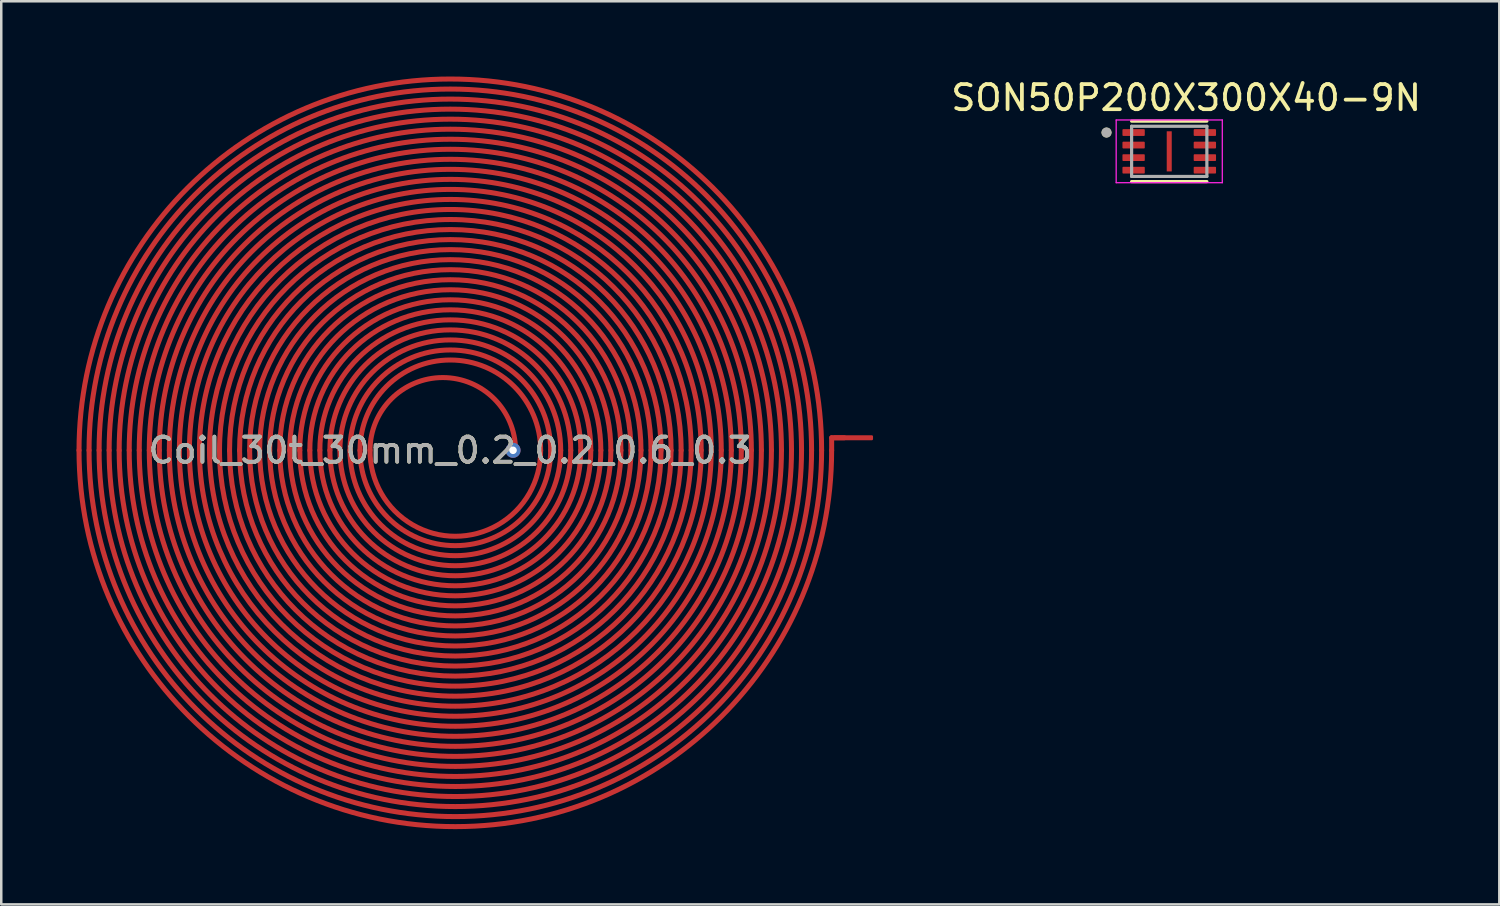
<source format=kicad_pcb>
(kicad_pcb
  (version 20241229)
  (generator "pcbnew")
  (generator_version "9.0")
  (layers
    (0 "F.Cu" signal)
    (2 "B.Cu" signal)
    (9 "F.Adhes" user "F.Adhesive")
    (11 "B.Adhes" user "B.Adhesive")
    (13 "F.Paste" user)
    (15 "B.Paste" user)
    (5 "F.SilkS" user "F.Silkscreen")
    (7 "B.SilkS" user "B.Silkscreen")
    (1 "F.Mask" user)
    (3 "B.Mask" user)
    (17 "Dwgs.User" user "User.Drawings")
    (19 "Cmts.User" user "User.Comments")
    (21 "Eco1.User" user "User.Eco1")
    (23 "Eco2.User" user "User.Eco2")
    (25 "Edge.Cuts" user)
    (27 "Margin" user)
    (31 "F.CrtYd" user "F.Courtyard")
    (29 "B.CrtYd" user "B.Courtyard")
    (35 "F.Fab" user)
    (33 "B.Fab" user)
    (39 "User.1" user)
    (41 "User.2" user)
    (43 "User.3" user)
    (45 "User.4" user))
  (footprint "Coil_30t_30mm_0.2_0.2_0.6_0.3"
    (layer "F.Cu")
    (at 14.9 14.9)
    (property "Reference" "Coil_30t_30mm_0.2_0.2_0.6_0.3" (at 0 0 0) (unlocked yes) (layer "F.SilkS") (effects (font (size 1 1) (thickness 0.15))))
    (attr smd)
    (fp_line (start 15.2 -0.5) (end 15.7 -0.5) (stroke (width 0.2) (type solid)) (layer "F.Cu"))
    (fp_line (start 15.2 0) (end 15.2 -0.5) (stroke (width 0.2) (type solid)) (layer "F.Cu"))
    (fp_arc (start -14.8 0) (mid 0 -14.8) (end 14.8 0) (stroke (width 0.2) (type solid)) (layer "F.Cu"))
    (fp_arc (start -14.4 0) (mid 0 -14.4) (end 14.4 0) (stroke (width 0.2) (type solid)) (layer "F.Cu"))
    (fp_arc (start -14 0) (mid 0 -14) (end 14 0) (stroke (width 0.2) (type solid)) (layer "F.Cu"))
    (fp_arc (start -13.6 0) (mid 0 -13.6) (end 13.6 0) (stroke (width 0.2) (type solid)) (layer "F.Cu"))
    (fp_arc (start -13.2 0) (mid 0 -13.2) (end 13.2 0) (stroke (width 0.2) (type solid)) (layer "F.Cu"))
    (fp_arc (start -12.8 0) (mid 0 -12.8) (end 12.8 0) (stroke (width 0.2) (type solid)) (layer "F.Cu"))
    (fp_arc (start -12.4 0) (mid 0 -12.4) (end 12.4 0) (stroke (width 0.2) (type solid)) (layer "F.Cu"))
    (fp_arc (start -12 0) (mid 0 -12) (end 12 0) (stroke (width 0.2) (type solid)) (layer "F.Cu"))
    (fp_arc (start -11.6 0) (mid 0 -11.6) (end 11.6 0) (stroke (width 0.2) (type solid)) (layer "F.Cu"))
    (fp_arc (start -11.2 0) (mid 0 -11.2) (end 11.2 0) (stroke (width 0.2) (type solid)) (layer "F.Cu"))
    (fp_arc (start -10.8 0) (mid 0 -10.8) (end 10.8 0) (stroke (width 0.2) (type solid)) (layer "F.Cu"))
    (fp_arc (start -10.4 0) (mid 0 -10.4) (end 10.4 0) (stroke (width 0.2) (type solid)) (layer "F.Cu"))
    (fp_arc (start -10 0) (mid 0 -10) (end 10 0) (stroke (width 0.2) (type solid)) (layer "F.Cu"))
    (fp_arc (start -9.6 0) (mid 0 -9.6) (end 9.6 0) (stroke (width 0.2) (type solid)) (layer "F.Cu"))
    (fp_arc (start -9.2 0) (mid 0 -9.2) (end 9.2 0) (stroke (width 0.2) (type solid)) (layer "F.Cu"))
    (fp_arc (start -8.8 0) (mid 0 -8.8) (end 8.8 0) (stroke (width 0.2) (type solid)) (layer "F.Cu"))
    (fp_arc (start -8.4 0) (mid 0 -8.4) (end 8.4 0) (stroke (width 0.2) (type solid)) (layer "F.Cu"))
    (fp_arc (start -8 0) (mid 0 -8) (end 8 0) (stroke (width 0.2) (type solid)) (layer "F.Cu"))
    (fp_arc (start -7.6 0) (mid 0 -7.6) (end 7.6 0) (stroke (width 0.2) (type solid)) (layer "F.Cu"))
    (fp_arc (start -7.2 0) (mid 0 -7.2) (end 7.2 0) (stroke (width 0.2) (type solid)) (layer "F.Cu"))
    (fp_arc (start -6.8 0) (mid 0 -6.8) (end 6.8 0) (stroke (width 0.2) (type solid)) (layer "F.Cu"))
    (fp_arc (start -6.4 0) (mid 0 -6.4) (end 6.4 0) (stroke (width 0.2) (type solid)) (layer "F.Cu"))
    (fp_arc (start -6 0) (mid 0 -6) (end 6 0) (stroke (width 0.2) (type solid)) (layer "F.Cu"))
    (fp_arc (start -5.6 0) (mid 0 -5.6) (end 5.6 0) (stroke (width 0.2) (type solid)) (layer "F.Cu"))
    (fp_arc (start -5.2 0) (mid 0 -5.2) (end 5.2 0) (stroke (width 0.2) (type solid)) (layer "F.Cu"))
    (fp_arc (start -4.8 0) (mid 0 -4.8) (end 4.8 0) (stroke (width 0.2) (type solid)) (layer "F.Cu"))
    (fp_arc (start -4.4 0) (mid 0 -4.4) (end 4.4 0) (stroke (width 0.2) (type solid)) (layer "F.Cu"))
    (fp_arc (start -4 0) (mid 0 -4) (end 4 0) (stroke (width 0.2) (type solid)) (layer "F.Cu"))
    (fp_arc (start -3.6 0) (mid 0 -3.6) (end 3.6 0) (stroke (width 0.2) (type solid)) (layer "F.Cu"))
    (fp_arc (start -3.2 0) (mid -0.6 -2.9) (end 2.6 0) (stroke (width 0.2) (type solid)) (layer "F.Cu"))
    (fp_arc (start 3.6 0) (mid -0.2 3.4) (end -3.2 0) (stroke (width 0.2) (type solid)) (layer "F.Cu"))
    (fp_arc (start 4 0) (mid 0.2 3.8) (end -3.6 0) (stroke (width 0.2) (type solid)) (layer "F.Cu"))
    (fp_arc (start 4.4 0) (mid 0.2 4.2) (end -4 0) (stroke (width 0.2) (type solid)) (layer "F.Cu"))
    (fp_arc (start 4.8 0) (mid 0.2 4.6) (end -4.4 0) (stroke (width 0.2) (type solid)) (layer "F.Cu"))
    (fp_arc (start 5.2 0) (mid 0.2 5) (end -4.8 0) (stroke (width 0.2) (type solid)) (layer "F.Cu"))
    (fp_arc (start 5.6 0) (mid 0.2 5.4) (end -5.2 0) (stroke (width 0.2) (type solid)) (layer "F.Cu"))
    (fp_arc (start 6 0) (mid 0.2 5.8) (end -5.6 0) (stroke (width 0.2) (type solid)) (layer "F.Cu"))
    (fp_arc (start 6.4 0) (mid 0.2 6.2) (end -6 0) (stroke (width 0.2) (type solid)) (layer "F.Cu"))
    (fp_arc (start 6.8 0) (mid 0.2 6.6) (end -6.4 0) (stroke (width 0.2) (type solid)) (layer "F.Cu"))
    (fp_arc (start 7.2 0) (mid 0.2 7) (end -6.8 0) (stroke (width 0.2) (type solid)) (layer "F.Cu"))
    (fp_arc (start 7.6 0) (mid 0.2 7.4) (end -7.2 0) (stroke (width 0.2) (type solid)) (layer "F.Cu"))
    (fp_arc (start 8 0) (mid 0.2 7.8) (end -7.6 0) (stroke (width 0.2) (type solid)) (layer "F.Cu"))
    (fp_arc (start 8.4 0) (mid 0.2 8.2) (end -8 0) (stroke (width 0.2) (type solid)) (layer "F.Cu"))
    (fp_arc (start 8.8 0) (mid 0.2 8.6) (end -8.4 0) (stroke (width 0.2) (type solid)) (layer "F.Cu"))
    (fp_arc (start 9.2 0) (mid 0.2 9) (end -8.8 0) (stroke (width 0.2) (type solid)) (layer "F.Cu"))
    (fp_arc (start 9.6 0) (mid 0.2 9.4) (end -9.2 0) (stroke (width 0.2) (type solid)) (layer "F.Cu"))
    (fp_arc (start 10 0) (mid 0.2 9.8) (end -9.6 0) (stroke (width 0.2) (type solid)) (layer "F.Cu"))
    (fp_arc (start 10.4 0) (mid 0.2 10.2) (end -10 0) (stroke (width 0.2) (type solid)) (layer "F.Cu"))
    (fp_arc (start 10.8 0) (mid 0.2 10.6) (end -10.4 0) (stroke (width 0.2) (type solid)) (layer "F.Cu"))
    (fp_arc (start 11.2 0) (mid 0.2 11) (end -10.8 0) (stroke (width 0.2) (type solid)) (layer "F.Cu"))
    (fp_arc (start 11.6 0) (mid 0.2 11.4) (end -11.2 0) (stroke (width 0.2) (type solid)) (layer "F.Cu"))
    (fp_arc (start 12 0) (mid 0.2 11.8) (end -11.6 0) (stroke (width 0.2) (type solid)) (layer "F.Cu"))
    (fp_arc (start 12.4 0) (mid 0.2 12.2) (end -12 0) (stroke (width 0.2) (type solid)) (layer "F.Cu"))
    (fp_arc (start 12.8 0) (mid 0.2 12.6) (end -12.4 0) (stroke (width 0.2) (type solid)) (layer "F.Cu"))
    (fp_arc (start 13.2 0) (mid 0.2 13) (end -12.8 0) (stroke (width 0.2) (type solid)) (layer "F.Cu"))
    (fp_arc (start 13.6 0) (mid 0.2 13.4) (end -13.2 0) (stroke (width 0.2) (type solid)) (layer "F.Cu"))
    (fp_arc (start 14 0) (mid 0.2 13.8) (end -13.6 0) (stroke (width 0.2) (type solid)) (layer "F.Cu"))
    (fp_arc (start 14.4 0) (mid 0.2 14.2) (end -14 0) (stroke (width 0.2) (type solid)) (layer "F.Cu"))
    (fp_arc (start 14.8 0) (mid 0.2 14.6) (end -14.4 0) (stroke (width 0.2) (type solid)) (layer "F.Cu"))
    (fp_arc (start 15.2 0) (mid 0.2 15) (end -14.8 0) (stroke (width 0.2) (type solid)) (layer "F.Cu"))
    (fp_text user "${REFERENCE}" (at 0 0 0) (unlocked yes) (layer "F.Fab") (effects (font (size 1 1) (thickness 0.15))))
    (pad "" thru_hole circle (at 2.5 0) (size 0.6 0.6) (drill 0.3) (layers "*.Cu" "*.Mask"))
    (pad "1" smd roundrect (at 16.05 -0.5) (size 1.6 0.2) (layers "F.Cu") (roundrect_rratio 0.25)))
  (footprint "SON50P200X300X40-9N"
    (layer "F.Cu")
    (at 43.557 2.983)
    (property "Reference" "SON50P200X300X40-9N" (at 0.675 -2.135 0) (layer "F.SilkS") (effects (font (size 1 1) (thickness 0.15))))
    (attr smd)
    (fp_line (start -1.5 -1.205) (end 1.5 -1.205) (stroke (width 0.127) (type solid)) (layer "F.SilkS"))
    (fp_line (start 1.5 1.205) (end -1.5 1.205) (stroke (width 0.127) (type solid)) (layer "F.SilkS"))
    (fp_circle (center -2.5 -0.75) (end -2.4 -0.75) (stroke (width 0.2) (type solid)) (fill no) (layer "F.SilkS"))
    (fp_poly (pts (xy -0.063 -0.51) (xy 0.063 -0.51) (xy 0.063 0.51) (xy -0.063 0.51)) (stroke (width 0.01) (type solid)) (fill yes) (layer "F.Paste"))
    (fp_line (start -2.115 -1.25) (end 2.115 -1.25) (stroke (width 0.05) (type solid)) (layer "F.CrtYd"))
    (fp_line (start -2.115 1.25) (end -2.115 -1.25) (stroke (width 0.05) (type solid)) (layer "F.CrtYd"))
    (fp_line (start 2.115 -1.25) (end 2.115 1.25) (stroke (width 0.05) (type solid)) (layer "F.CrtYd"))
    (fp_line (start 2.115 1.25) (end -2.115 1.25) (stroke (width 0.05) (type solid)) (layer "F.CrtYd"))
    (fp_line (start -1.5 -1) (end 1.5 -1) (stroke (width 0.127) (type solid)) (layer "F.Fab"))
    (fp_line (start -1.5 1) (end -1.5 -1) (stroke (width 0.127) (type solid)) (layer "F.Fab"))
    (fp_line (start 1.5 -1) (end 1.5 1) (stroke (width 0.127) (type solid)) (layer "F.Fab"))
    (fp_line (start 1.5 1) (end -1.5 1) (stroke (width 0.127) (type solid)) (layer "F.Fab"))
    (fp_circle (center -2.5 -0.75) (end -2.4 -0.75) (stroke (width 0.2) (type solid)) (fill no) (layer "F.Fab"))
    (pad "1" smd roundrect (at -1.42 -0.75) (size 0.89 0.27) (layers "F.Cu" "F.Mask" "F.Paste") (roundrect_rratio 0.125))
    (pad "2" smd roundrect (at -1.42 -0.25) (size 0.89 0.27) (layers "F.Cu" "F.Mask" "F.Paste") (roundrect_rratio 0.125))
    (pad "3" smd roundrect (at -1.42 0.25) (size 0.89 0.27) (layers "F.Cu" "F.Mask" "F.Paste") (roundrect_rratio 0.125))
    (pad "4" smd roundrect (at -1.42 0.75) (size 0.89 0.27) (layers "F.Cu" "F.Mask" "F.Paste") (roundrect_rratio 0.125))
    (pad "5" smd roundrect (at 1.42 0.75) (size 0.89 0.27) (layers "F.Cu" "F.Mask" "F.Paste") (roundrect_rratio 0.125))
    (pad "6" smd roundrect (at 1.42 0.25) (size 0.89 0.27) (layers "F.Cu" "F.Mask" "F.Paste") (roundrect_rratio 0.125))
    (pad "7" smd roundrect (at 1.42 -0.25) (size 0.89 0.27) (layers "F.Cu" "F.Mask" "F.Paste") (roundrect_rratio 0.125))
    (pad "8" smd roundrect (at 1.42 -0.75) (size 0.89 0.27) (layers "F.Cu" "F.Mask" "F.Paste") (roundrect_rratio 0.125))
    (pad "9" smd rect (at 0 0) (size 0.2 1.6) (layers "F.Cu" "F.Mask")))
  (gr_rect
    (start -3 -3)
    (end 56.714 33)
    (stroke (width 0.1) (type default))
    (fill no)
    (layer "Edge.Cuts")))
</source>
